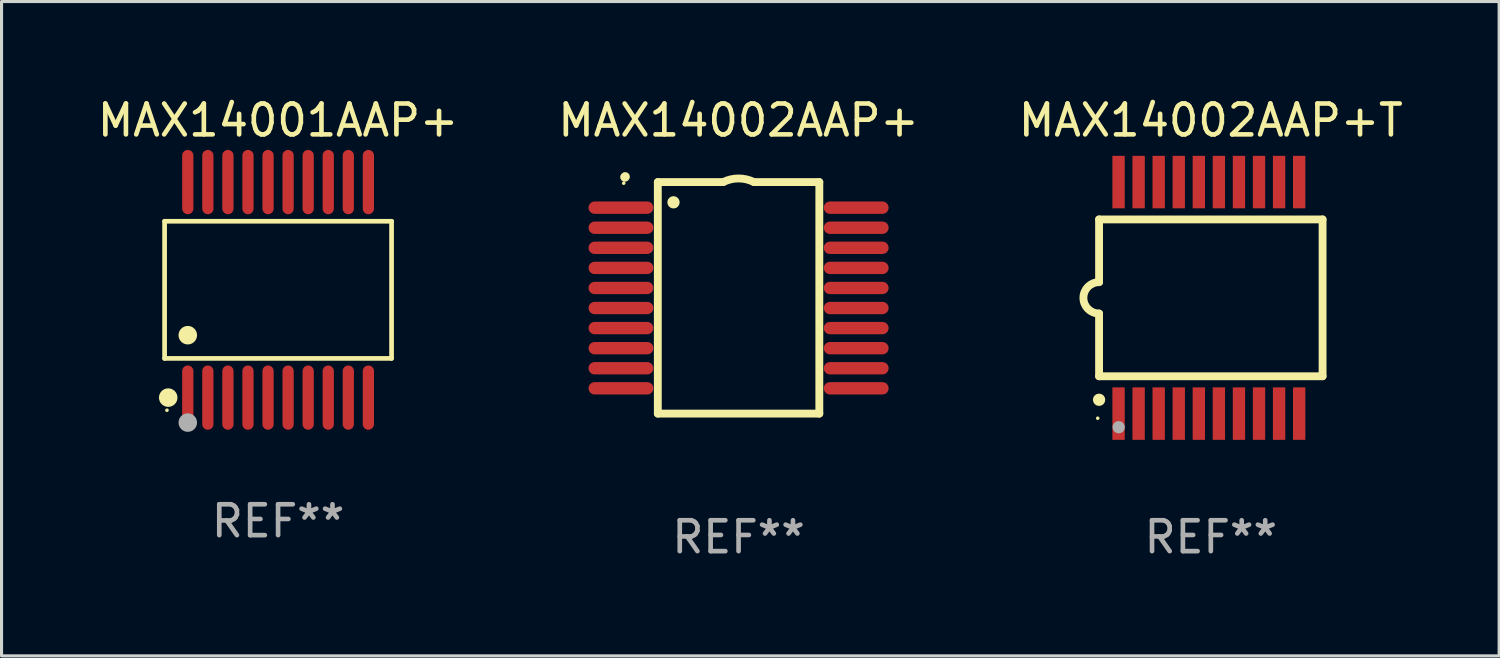
<source format=kicad_pcb>
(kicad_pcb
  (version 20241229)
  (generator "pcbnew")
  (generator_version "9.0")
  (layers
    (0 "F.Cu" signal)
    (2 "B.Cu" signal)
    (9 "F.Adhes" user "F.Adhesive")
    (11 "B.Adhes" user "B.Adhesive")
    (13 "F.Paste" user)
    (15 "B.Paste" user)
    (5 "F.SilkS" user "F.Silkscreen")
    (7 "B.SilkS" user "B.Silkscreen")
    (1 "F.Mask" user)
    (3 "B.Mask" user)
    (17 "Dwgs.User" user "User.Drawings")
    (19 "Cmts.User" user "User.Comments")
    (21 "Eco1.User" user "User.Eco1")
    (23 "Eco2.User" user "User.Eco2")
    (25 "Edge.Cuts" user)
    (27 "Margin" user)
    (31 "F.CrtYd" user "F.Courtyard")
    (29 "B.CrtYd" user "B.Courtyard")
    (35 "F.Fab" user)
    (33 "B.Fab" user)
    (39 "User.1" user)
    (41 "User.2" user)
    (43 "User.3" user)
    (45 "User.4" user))
  (footprint "MAX14002AAP+T"
    (layer "F.Cu")
    (at 36.173 6.598)
    (property "Reference" "MAX14002AAP+T" (at 0 -5.75 0) (layer "F.SilkS") (effects (font (size 1 1) (thickness 0.15))))
    (attr through_hole)
    (fp_line (start -3.62 -2.54) (end 3.62 -2.54) (stroke (width 0.254) (type solid)) (layer "F.SilkS"))
    (fp_line (start -3.62 -0.508) (end -3.62 -2.54) (stroke (width 0.254) (type solid)) (layer "F.SilkS"))
    (fp_line (start -3.62 2.54) (end -3.62 0.508) (stroke (width 0.254) (type solid)) (layer "F.SilkS"))
    (fp_line (start 3.62 -2.54) (end 3.62 2.54) (stroke (width 0.254) (type solid)) (layer "F.SilkS"))
    (fp_line (start 3.62 2.54) (end -3.62 2.54) (stroke (width 0.254) (type solid)) (layer "F.SilkS"))
    (fp_arc (start -3.619507 0.508052) (mid -4.125607 0.000051) (end -3.619507 -0.50795) (stroke (width 0.254001) (type solid)) (layer "F.SilkS"))
    (fp_circle (center -3.664 3.9) (end -3.634 3.9) (stroke (width 0.06) (type solid)) (fill no) (layer "F.SilkS"))
    (fp_circle (center -3.62 3.302) (end -3.52 3.302) (stroke (width 0.2) (type solid)) (fill no) (layer "F.SilkS"))
    (fp_circle (center -2.985 4.191) (end -2.885 4.191) (stroke (width 0.2) (type solid)) (fill no) (layer "F.Fab"))
    (fp_text user "REF**" (at 0 7.75 0) (layer "F.Fab") (effects (font (size 1 1) (thickness 0.15))))
    (pad "1" smd rect (at -2.989 3.75) (size 0.4 1.7) (layers "F.Cu" "F.Mask" "F.Paste"))
    (pad "2" smd rect (at -2.339 3.75) (size 0.4 1.7) (layers "F.Cu" "F.Mask" "F.Paste"))
    (pad "3" smd rect (at -1.689 3.75) (size 0.4 1.7) (layers "F.Cu" "F.Mask" "F.Paste"))
    (pad "4" smd rect (at -1.039 3.75) (size 0.4 1.7) (layers "F.Cu" "F.Mask" "F.Paste"))
    (pad "5" smd rect (at -0.389 3.75) (size 0.4 1.7) (layers "F.Cu" "F.Mask" "F.Paste"))
    (pad "6" smd rect (at 0.261 3.75) (size 0.4 1.7) (layers "F.Cu" "F.Mask" "F.Paste"))
    (pad "7" smd rect (at 0.911 3.75) (size 0.4 1.7) (layers "F.Cu" "F.Mask" "F.Paste"))
    (pad "8" smd rect (at 1.561 3.75) (size 0.4 1.7) (layers "F.Cu" "F.Mask" "F.Paste"))
    (pad "9" smd rect (at 2.211 3.75) (size 0.4 1.7) (layers "F.Cu" "F.Mask" "F.Paste"))
    (pad "10" smd rect (at 2.862 3.75) (size 0.4 1.7) (layers "F.Cu" "F.Mask" "F.Paste"))
    (pad "11" smd rect (at 2.862 -3.75) (size 0.4 1.7) (layers "F.Cu" "F.Mask" "F.Paste"))
    (pad "12" smd rect (at 2.211 -3.75) (size 0.4 1.7) (layers "F.Cu" "F.Mask" "F.Paste"))
    (pad "13" smd rect (at 1.561 -3.75) (size 0.4 1.7) (layers "F.Cu" "F.Mask" "F.Paste"))
    (pad "14" smd rect (at 0.911 -3.75) (size 0.4 1.7) (layers "F.Cu" "F.Mask" "F.Paste"))
    (pad "15" smd rect (at 0.261 -3.75) (size 0.4 1.7) (layers "F.Cu" "F.Mask" "F.Paste"))
    (pad "16" smd rect (at -0.389 -3.75) (size 0.4 1.7) (layers "F.Cu" "F.Mask" "F.Paste"))
    (pad "17" smd rect (at -1.039 -3.75) (size 0.4 1.7) (layers "F.Cu" "F.Mask" "F.Paste"))
    (pad "18" smd rect (at -1.689 -3.75) (size 0.4 1.7) (layers "F.Cu" "F.Mask" "F.Paste"))
    (pad "19" smd rect (at -2.339 -3.75) (size 0.4 1.7) (layers "F.Cu" "F.Mask" "F.Paste"))
    (pad "20" smd rect (at -2.989 -3.75) (size 0.4 1.7) (layers "F.Cu" "F.Mask" "F.Paste")))
  (footprint "MAX14002AAP+"
    (layer "F.Cu")
    (at 20.875 6.598)
    (property "Reference" "MAX14002AAP+" (at 0 -5.75 0) (layer "F.SilkS") (effects (font (size 1 1) (thickness 0.15))))
    (attr through_hole)
    (fp_line (start -2.616 -3.75) (end -0.5 -3.75) (stroke (width 0.254) (type solid)) (layer "F.SilkS"))
    (fp_line (start -2.616 3.75) (end -2.616 -3.75) (stroke (width 0.254) (type solid)) (layer "F.SilkS"))
    (fp_line (start 0.5 -3.75) (end 2.616 -3.75) (stroke (width 0.254) (type solid)) (layer "F.SilkS"))
    (fp_line (start 2.616 -3.75) (end 2.616 3.75) (stroke (width 0.254) (type solid)) (layer "F.SilkS"))
    (fp_line (start 2.616 3.75) (end -2.616 3.75) (stroke (width 0.254) (type solid)) (layer "F.SilkS"))
    (fp_arc (start -3.683109 -3.911608) (mid -3.678201 -3.91686) (end -3.672949 -3.921768) (stroke (width 0.3) (type solid)) (layer "F.SilkS"))
    (fp_arc (start -0.500483 -3.749047) (mid -0.000102 -3.867211) (end 0.500279 -3.749047) (stroke (width 0.254001) (type solid)) (layer "F.SilkS"))
    (fp_circle (center -3.72 -3.715) (end -3.69 -3.715) (stroke (width 0.06) (type solid)) (fill no) (layer "F.SilkS"))
    (fp_circle (center -2.108 -3.094) (end -2.008 -3.094) (stroke (width 0.2) (type solid)) (fill no) (layer "F.SilkS"))
    (fp_text user "REF**" (at 0 7.75 0) (layer "F.Fab") (effects (font (size 1 1) (thickness 0.15))))
    (pad "1" smd oval (at -3.81 -2.921 90) (size 0.4 2.1) (layers "F.Cu" "F.Mask" "F.Paste"))
    (pad "2" smd oval (at -3.81 -2.271 90) (size 0.4 2.1) (layers "F.Cu" "F.Mask" "F.Paste"))
    (pad "3" smd oval (at -3.81 -1.621 90) (size 0.4 2.1) (layers "F.Cu" "F.Mask" "F.Paste"))
    (pad "4" smd oval (at -3.81 -0.97 90) (size 0.4 2.1) (layers "F.Cu" "F.Mask" "F.Paste"))
    (pad "5" smd oval (at -3.81 -0.32 90) (size 0.4 2.1) (layers "F.Cu" "F.Mask" "F.Paste"))
    (pad "6" smd oval (at -3.81 0.33 90) (size 0.4 2.1) (layers "F.Cu" "F.Mask" "F.Paste"))
    (pad "7" smd oval (at -3.81 0.98 90) (size 0.4 2.1) (layers "F.Cu" "F.Mask" "F.Paste"))
    (pad "8" smd oval (at -3.81 1.631 90) (size 0.4 2.1) (layers "F.Cu" "F.Mask" "F.Paste"))
    (pad "9" smd oval (at -3.81 2.281 90) (size 0.4 2.1) (layers "F.Cu" "F.Mask" "F.Paste"))
    (pad "10" smd oval (at -3.81 2.931 90) (size 0.4 2.1) (layers "F.Cu" "F.Mask" "F.Paste"))
    (pad "11" smd oval (at 3.81 2.931 90) (size 0.4 2.1) (layers "F.Cu" "F.Mask" "F.Paste"))
    (pad "12" smd oval (at 3.81 2.281 90) (size 0.4 2.1) (layers "F.Cu" "F.Mask" "F.Paste"))
    (pad "13" smd oval (at 3.81 1.631 90) (size 0.4 2.1) (layers "F.Cu" "F.Mask" "F.Paste"))
    (pad "14" smd oval (at 3.81 0.98 90) (size 0.4 2.1) (layers "F.Cu" "F.Mask" "F.Paste"))
    (pad "15" smd oval (at 3.81 0.33 90) (size 0.4 2.1) (layers "F.Cu" "F.Mask" "F.Paste"))
    (pad "16" smd oval (at 3.81 -0.32 90) (size 0.4 2.1) (layers "F.Cu" "F.Mask" "F.Paste"))
    (pad "17" smd oval (at 3.81 -0.97 90) (size 0.4 2.1) (layers "F.Cu" "F.Mask" "F.Paste"))
    (pad "18" smd oval (at 3.81 -1.621 90) (size 0.4 2.1) (layers "F.Cu" "F.Mask" "F.Paste"))
    (pad "19" smd oval (at 3.81 -2.271 90) (size 0.4 2.1) (layers "F.Cu" "F.Mask" "F.Paste"))
    (pad "20" smd oval (at 3.81 -2.921 90) (size 0.4 2.1) (layers "F.Cu" "F.Mask" "F.Paste")))
  (footprint "MAX14001AAP+"
    (layer "F.Cu")
    (at 5.958 6.339)
    (property "Reference" "MAX14001AAP+" (at 0 -5.491 0) (layer "F.SilkS") (effects (font (size 1 1) (thickness 0.15))))
    (attr through_hole)
    (fp_line (start -3.676 -2.221) (end 3.676 -2.221) (stroke (width 0.152) (type solid)) (layer "F.SilkS"))
    (fp_line (start -3.676 2.221) (end -3.676 -2.221) (stroke (width 0.152) (type solid)) (layer "F.SilkS"))
    (fp_line (start 3.676 -2.221) (end 3.676 2.221) (stroke (width 0.152) (type solid)) (layer "F.SilkS"))
    (fp_line (start 3.676 2.221) (end -3.676 2.221) (stroke (width 0.152) (type solid)) (layer "F.SilkS"))
    (fp_circle (center -3.6 3.9) (end -3.57 3.9) (stroke (width 0.06) (type solid)) (fill no) (layer "F.SilkS"))
    (fp_circle (center -3.559 3.491) (end -3.409 3.491) (stroke (width 0.3) (type solid)) (fill no) (layer "F.SilkS"))
    (fp_circle (center -2.925 1.469) (end -2.775 1.469) (stroke (width 0.3) (type solid)) (fill no) (layer "F.SilkS"))
    (fp_circle (center -2.925 4.3) (end -2.775 4.3) (stroke (width 0.3) (type solid)) (fill no) (layer "F.Fab"))
    (fp_text user "REF**" (at 0 7.491 0) (layer "F.Fab") (effects (font (size 1 1) (thickness 0.15))))
    (pad "1" smd oval (at -2.925 3.491) (size 0.364 2.082) (layers "F.Cu" "F.Mask" "F.Paste"))
    (pad "2" smd oval (at -2.275 3.491) (size 0.364 2.082) (layers "F.Cu" "F.Mask" "F.Paste"))
    (pad "3" smd oval (at -1.625 3.491) (size 0.364 2.082) (layers "F.Cu" "F.Mask" "F.Paste"))
    (pad "4" smd oval (at -0.975 3.491) (size 0.364 2.082) (layers "F.Cu" "F.Mask" "F.Paste"))
    (pad "5" smd oval (at -0.325 3.491) (size 0.364 2.082) (layers "F.Cu" "F.Mask" "F.Paste"))
    (pad "6" smd oval (at 0.325 3.491) (size 0.364 2.082) (layers "F.Cu" "F.Mask" "F.Paste"))
    (pad "7" smd oval (at 0.975 3.491) (size 0.364 2.082) (layers "F.Cu" "F.Mask" "F.Paste"))
    (pad "8" smd oval (at 1.625 3.491) (size 0.364 2.082) (layers "F.Cu" "F.Mask" "F.Paste"))
    (pad "9" smd oval (at 2.275 3.491) (size 0.364 2.082) (layers "F.Cu" "F.Mask" "F.Paste"))
    (pad "10" smd oval (at 2.925 3.491) (size 0.364 2.082) (layers "F.Cu" "F.Mask" "F.Paste"))
    (pad "11" smd oval (at 2.925 -3.491) (size 0.364 2.082) (layers "F.Cu" "F.Mask" "F.Paste"))
    (pad "12" smd oval (at 2.275 -3.491) (size 0.364 2.082) (layers "F.Cu" "F.Mask" "F.Paste"))
    (pad "13" smd oval (at 1.625 -3.491) (size 0.364 2.082) (layers "F.Cu" "F.Mask" "F.Paste"))
    (pad "14" smd oval (at 0.975 -3.491) (size 0.364 2.082) (layers "F.Cu" "F.Mask" "F.Paste"))
    (pad "15" smd oval (at 0.325 -3.491) (size 0.364 2.082) (layers "F.Cu" "F.Mask" "F.Paste"))
    (pad "16" smd oval (at -0.325 -3.491) (size 0.364 2.082) (layers "F.Cu" "F.Mask" "F.Paste"))
    (pad "17" smd oval (at -0.975 -3.491) (size 0.364 2.082) (layers "F.Cu" "F.Mask" "F.Paste"))
    (pad "18" smd oval (at -1.625 -3.491) (size 0.364 2.082) (layers "F.Cu" "F.Mask" "F.Paste"))
    (pad "19" smd oval (at -2.275 -3.491) (size 0.364 2.082) (layers "F.Cu" "F.Mask" "F.Paste"))
    (pad "20" smd oval (at -2.925 -3.491) (size 0.364 2.082) (layers "F.Cu" "F.Mask" "F.Paste")))
  (gr_rect
    (start -3 -3)
    (end 45.512 18.197)
    (stroke (width 0.1) (type default))
    (fill no)
    (layer "Edge.Cuts")))
</source>
